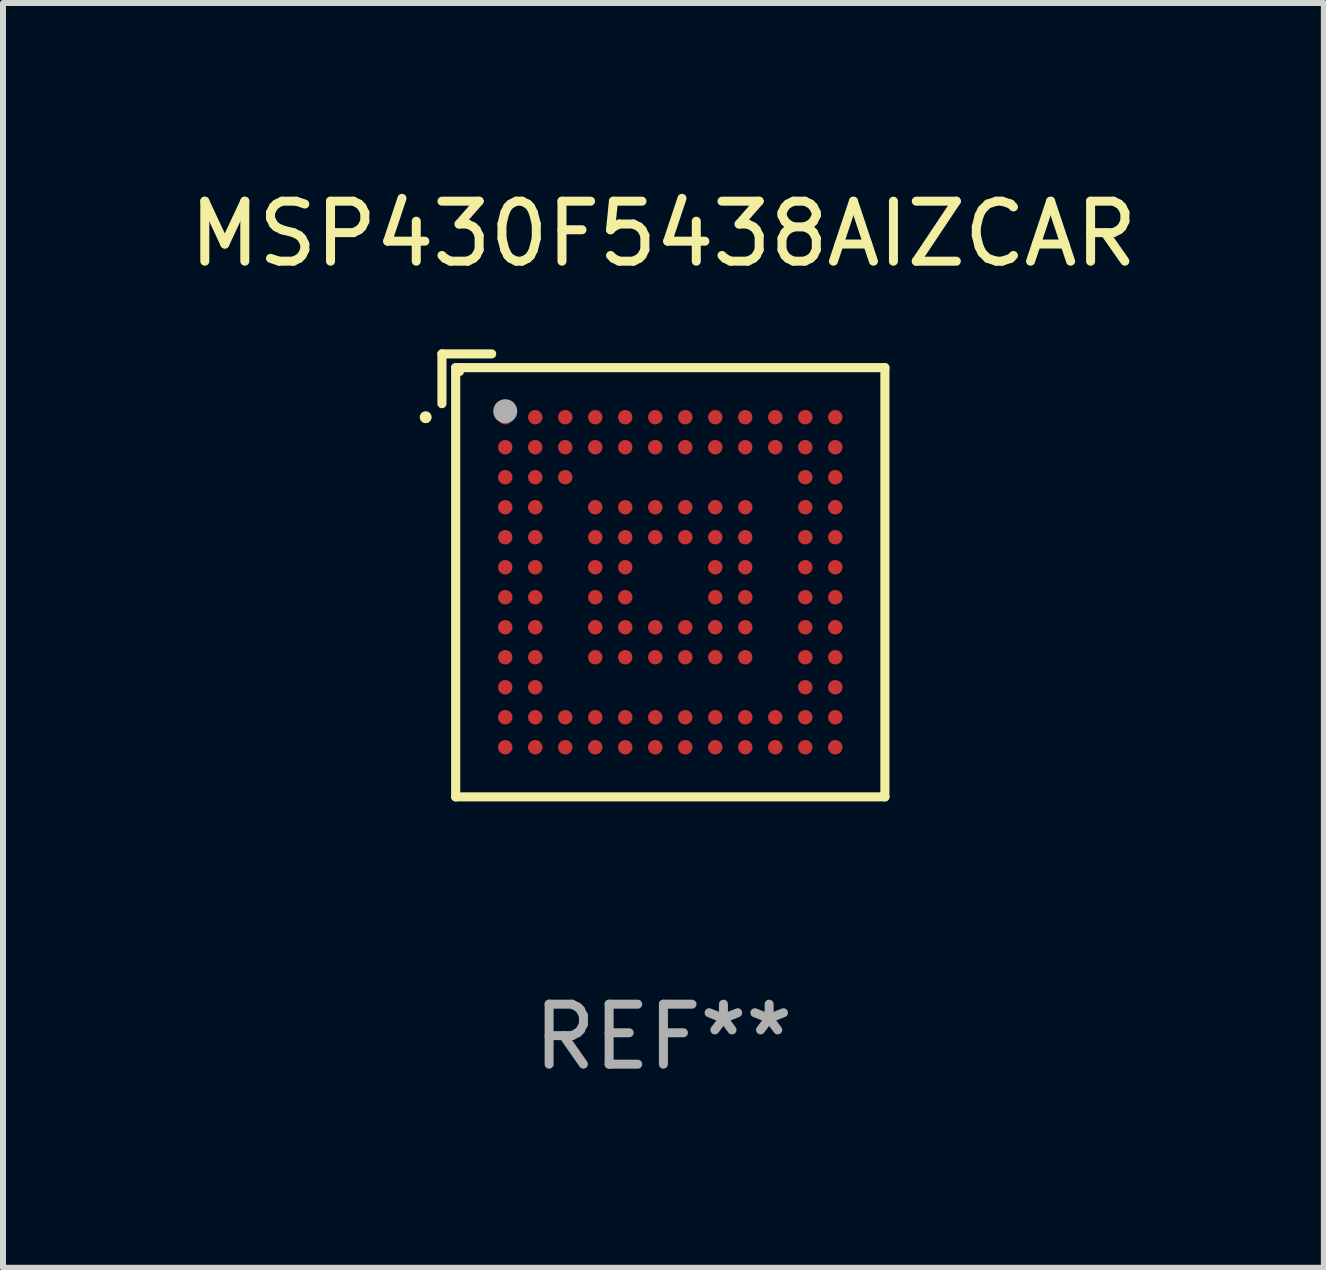
<source format=kicad_pcb>
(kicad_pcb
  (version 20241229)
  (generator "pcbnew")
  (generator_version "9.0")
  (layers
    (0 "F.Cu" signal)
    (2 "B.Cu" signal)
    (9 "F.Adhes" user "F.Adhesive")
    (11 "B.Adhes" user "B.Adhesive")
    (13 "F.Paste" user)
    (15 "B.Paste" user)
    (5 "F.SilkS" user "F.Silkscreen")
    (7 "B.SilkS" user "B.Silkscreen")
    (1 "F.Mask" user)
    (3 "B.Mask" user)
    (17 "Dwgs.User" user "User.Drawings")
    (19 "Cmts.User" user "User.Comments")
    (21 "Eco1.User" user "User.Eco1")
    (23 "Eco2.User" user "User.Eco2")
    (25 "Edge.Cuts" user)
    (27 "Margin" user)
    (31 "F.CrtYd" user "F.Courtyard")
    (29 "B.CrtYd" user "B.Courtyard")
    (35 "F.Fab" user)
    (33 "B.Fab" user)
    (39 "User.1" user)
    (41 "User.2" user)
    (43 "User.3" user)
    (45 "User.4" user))
  (footprint "MSP430F5438AIZCAR"
    (layer "F.Cu")
    (at 8.006 6.539)
    (property "Reference" "MSP430F5438AIZCAR" (at 0 -5.691 0) (layer "F.SilkS") (effects (font (size 1 1) (thickness 0.15))))
    (attr through_hole)
    (fp_line (start -3.691 -3.691) (end -2.862 -3.691) (stroke (width 0.152) (type solid)) (layer "F.SilkS"))
    (fp_line (start -3.691 -2.862) (end -3.691 -3.691) (stroke (width 0.152) (type solid)) (layer "F.SilkS"))
    (fp_line (start -3.462 -3.462) (end 3.691 -3.462) (stroke (width 0.152) (type solid)) (layer "F.SilkS"))
    (fp_line (start -3.462 3.691) (end -3.462 -3.462) (stroke (width 0.152) (type solid)) (layer "F.SilkS"))
    (fp_line (start 3.691 -3.462) (end 3.691 3.691) (stroke (width 0.152) (type solid)) (layer "F.SilkS"))
    (fp_line (start 3.691 3.691) (end -3.462 3.691) (stroke (width 0.152) (type solid)) (layer "F.SilkS"))
    (fp_circle (center -3.962 -2.636) (end -3.912 -2.636) (stroke (width 0.1) (type solid)) (fill no) (layer "F.SilkS"))
    (fp_circle (center -3.386 -3.386) (end -3.356 -3.386) (stroke (width 0.06) (type solid)) (fill no) (layer "F.SilkS"))
    (fp_circle (center -2.636 -2.736) (end -2.536 -2.736) (stroke (width 0.2) (type solid)) (fill no) (layer "F.Fab"))
    (fp_text user "REF**" (at 0 7.691 0) (layer "F.Fab") (effects (font (size 1 1) (thickness 0.15))))
    (pad "A1" smd circle (at -2.636 -2.636) (size 0.24 0.24) (layers "F.Cu" "F.Mask" "F.Paste"))
    (pad "A2" smd circle (at -2.136 -2.636) (size 0.24 0.24) (layers "F.Cu" "F.Mask" "F.Paste"))
    (pad "A3" smd circle (at -1.636 -2.636) (size 0.24 0.24) (layers "F.Cu" "F.Mask" "F.Paste"))
    (pad "A4" smd circle (at -1.136 -2.636) (size 0.24 0.24) (layers "F.Cu" "F.Mask" "F.Paste"))
    (pad "A5" smd circle (at -0.636 -2.636) (size 0.24 0.24) (layers "F.Cu" "F.Mask" "F.Paste"))
    (pad "A6" smd circle (at -0.136 -2.636) (size 0.24 0.24) (layers "F.Cu" "F.Mask" "F.Paste"))
    (pad "A7" smd circle (at 0.364 -2.636) (size 0.24 0.24) (layers "F.Cu" "F.Mask" "F.Paste"))
    (pad "A8" smd circle (at 0.864 -2.636) (size 0.24 0.24) (layers "F.Cu" "F.Mask" "F.Paste"))
    (pad "A9" smd circle (at 1.364 -2.636) (size 0.24 0.24) (layers "F.Cu" "F.Mask" "F.Paste"))
    (pad "A10" smd circle (at 1.864 -2.636) (size 0.24 0.24) (layers "F.Cu" "F.Mask" "F.Paste"))
    (pad "A11" smd circle (at 2.364 -2.636) (size 0.24 0.24) (layers "F.Cu" "F.Mask" "F.Paste"))
    (pad "A12" smd circle (at 2.864 -2.636) (size 0.24 0.24) (layers "F.Cu" "F.Mask" "F.Paste"))
    (pad "B1" smd circle (at -2.636 -2.136) (size 0.24 0.24) (layers "F.Cu" "F.Mask" "F.Paste"))
    (pad "B2" smd circle (at -2.136 -2.136) (size 0.24 0.24) (layers "F.Cu" "F.Mask" "F.Paste"))
    (pad "B3" smd circle (at -1.636 -2.136) (size 0.24 0.24) (layers "F.Cu" "F.Mask" "F.Paste"))
    (pad "B4" smd circle (at -1.136 -2.136) (size 0.24 0.24) (layers "F.Cu" "F.Mask" "F.Paste"))
    (pad "B5" smd circle (at -0.636 -2.136) (size 0.24 0.24) (layers "F.Cu" "F.Mask" "F.Paste"))
    (pad "B6" smd circle (at -0.136 -2.136) (size 0.24 0.24) (layers "F.Cu" "F.Mask" "F.Paste"))
    (pad "B7" smd circle (at 0.364 -2.136) (size 0.24 0.24) (layers "F.Cu" "F.Mask" "F.Paste"))
    (pad "B8" smd circle (at 0.864 -2.136) (size 0.24 0.24) (layers "F.Cu" "F.Mask" "F.Paste"))
    (pad "B9" smd circle (at 1.364 -2.136) (size 0.24 0.24) (layers "F.Cu" "F.Mask" "F.Paste"))
    (pad "B10" smd circle (at 1.864 -2.136) (size 0.24 0.24) (layers "F.Cu" "F.Mask" "F.Paste"))
    (pad "B11" smd circle (at 2.364 -2.136) (size 0.24 0.24) (layers "F.Cu" "F.Mask" "F.Paste"))
    (pad "B12" smd circle (at 2.864 -2.136) (size 0.24 0.24) (layers "F.Cu" "F.Mask" "F.Paste"))
    (pad "C1" smd circle (at -2.636 -1.636) (size 0.24 0.24) (layers "F.Cu" "F.Mask" "F.Paste"))
    (pad "C2" smd circle (at -2.136 -1.636) (size 0.24 0.24) (layers "F.Cu" "F.Mask" "F.Paste"))
    (pad "C3" smd circle (at -1.636 -1.636) (size 0.24 0.24) (layers "F.Cu" "F.Mask" "F.Paste"))
    (pad "C11" smd circle (at 2.364 -1.636) (size 0.24 0.24) (layers "F.Cu" "F.Mask" "F.Paste"))
    (pad "C12" smd circle (at 2.864 -1.636) (size 0.24 0.24) (layers "F.Cu" "F.Mask" "F.Paste"))
    (pad "D1" smd circle (at -2.636 -1.136) (size 0.24 0.24) (layers "F.Cu" "F.Mask" "F.Paste"))
    (pad "D2" smd circle (at -2.136 -1.136) (size 0.24 0.24) (layers "F.Cu" "F.Mask" "F.Paste"))
    (pad "D4" smd circle (at -1.136 -1.136) (size 0.24 0.24) (layers "F.Cu" "F.Mask" "F.Paste"))
    (pad "D5" smd circle (at -0.636 -1.136) (size 0.24 0.24) (layers "F.Cu" "F.Mask" "F.Paste"))
    (pad "D6" smd circle (at -0.136 -1.136) (size 0.24 0.24) (layers "F.Cu" "F.Mask" "F.Paste"))
    (pad "D7" smd circle (at 0.364 -1.136) (size 0.24 0.24) (layers "F.Cu" "F.Mask" "F.Paste"))
    (pad "D8" smd circle (at 0.864 -1.136) (size 0.24 0.24) (layers "F.Cu" "F.Mask" "F.Paste"))
    (pad "D9" smd circle (at 1.364 -1.136) (size 0.24 0.24) (layers "F.Cu" "F.Mask" "F.Paste"))
    (pad "D11" smd circle (at 2.364 -1.136) (size 0.24 0.24) (layers "F.Cu" "F.Mask" "F.Paste"))
    (pad "D12" smd circle (at 2.864 -1.136) (size 0.24 0.24) (layers "F.Cu" "F.Mask" "F.Paste"))
    (pad "E1" smd circle (at -2.636 -0.636) (size 0.24 0.24) (layers "F.Cu" "F.Mask" "F.Paste"))
    (pad "E2" smd circle (at -2.136 -0.636) (size 0.24 0.24) (layers "F.Cu" "F.Mask" "F.Paste"))
    (pad "E4" smd circle (at -1.136 -0.636) (size 0.24 0.24) (layers "F.Cu" "F.Mask" "F.Paste"))
    (pad "E5" smd circle (at -0.636 -0.636) (size 0.24 0.24) (layers "F.Cu" "F.Mask" "F.Paste"))
    (pad "E6" smd circle (at -0.136 -0.636) (size 0.24 0.24) (layers "F.Cu" "F.Mask" "F.Paste"))
    (pad "E7" smd circle (at 0.364 -0.636) (size 0.24 0.24) (layers "F.Cu" "F.Mask" "F.Paste"))
    (pad "E8" smd circle (at 0.864 -0.636) (size 0.24 0.24) (layers "F.Cu" "F.Mask" "F.Paste"))
    (pad "E9" smd circle (at 1.364 -0.636) (size 0.24 0.24) (layers "F.Cu" "F.Mask" "F.Paste"))
    (pad "E11" smd circle (at 2.364 -0.636) (size 0.24 0.24) (layers "F.Cu" "F.Mask" "F.Paste"))
    (pad "E12" smd circle (at 2.864 -0.636) (size 0.24 0.24) (layers "F.Cu" "F.Mask" "F.Paste"))
    (pad "F1" smd circle (at -2.636 -0.136) (size 0.24 0.24) (layers "F.Cu" "F.Mask" "F.Paste"))
    (pad "F2" smd circle (at -2.136 -0.136) (size 0.24 0.24) (layers "F.Cu" "F.Mask" "F.Paste"))
    (pad "F4" smd circle (at -1.136 -0.136) (size 0.24 0.24) (layers "F.Cu" "F.Mask" "F.Paste"))
    (pad "F5" smd circle (at -0.636 -0.136) (size 0.24 0.24) (layers "F.Cu" "F.Mask" "F.Paste"))
    (pad "F8" smd circle (at 0.864 -0.136) (size 0.24 0.24) (layers "F.Cu" "F.Mask" "F.Paste"))
    (pad "F9" smd circle (at 1.364 -0.136) (size 0.24 0.24) (layers "F.Cu" "F.Mask" "F.Paste"))
    (pad "F11" smd circle (at 2.364 -0.136) (size 0.24 0.24) (layers "F.Cu" "F.Mask" "F.Paste"))
    (pad "F12" smd circle (at 2.864 -0.136) (size 0.24 0.24) (layers "F.Cu" "F.Mask" "F.Paste"))
    (pad "G1" smd circle (at -2.636 0.364) (size 0.24 0.24) (layers "F.Cu" "F.Mask" "F.Paste"))
    (pad "G2" smd circle (at -2.136 0.364) (size 0.24 0.24) (layers "F.Cu" "F.Mask" "F.Paste"))
    (pad "G4" smd circle (at -1.136 0.364) (size 0.24 0.24) (layers "F.Cu" "F.Mask" "F.Paste"))
    (pad "G5" smd circle (at -0.636 0.364) (size 0.24 0.24) (layers "F.Cu" "F.Mask" "F.Paste"))
    (pad "G8" smd circle (at 0.864 0.364) (size 0.24 0.24) (layers "F.Cu" "F.Mask" "F.Paste"))
    (pad "G9" smd circle (at 1.364 0.364) (size 0.24 0.24) (layers "F.Cu" "F.Mask" "F.Paste"))
    (pad "G11" smd circle (at 2.364 0.364) (size 0.24 0.24) (layers "F.Cu" "F.Mask" "F.Paste"))
    (pad "G12" smd circle (at 2.864 0.364) (size 0.24 0.24) (layers "F.Cu" "F.Mask" "F.Paste"))
    (pad "H1" smd circle (at -2.636 0.864) (size 0.24 0.24) (layers "F.Cu" "F.Mask" "F.Paste"))
    (pad "H2" smd circle (at -2.136 0.864) (size 0.24 0.24) (layers "F.Cu" "F.Mask" "F.Paste"))
    (pad "H4" smd circle (at -1.136 0.864) (size 0.24 0.24) (layers "F.Cu" "F.Mask" "F.Paste"))
    (pad "H5" smd circle (at -0.636 0.864) (size 0.24 0.24) (layers "F.Cu" "F.Mask" "F.Paste"))
    (pad "H6" smd circle (at -0.136 0.864) (size 0.24 0.24) (layers "F.Cu" "F.Mask" "F.Paste"))
    (pad "H7" smd circle (at 0.364 0.864) (size 0.24 0.24) (layers "F.Cu" "F.Mask" "F.Paste"))
    (pad "H8" smd circle (at 0.864 0.864) (size 0.24 0.24) (layers "F.Cu" "F.Mask" "F.Paste"))
    (pad "H9" smd circle (at 1.364 0.864) (size 0.24 0.24) (layers "F.Cu" "F.Mask" "F.Paste"))
    (pad "H11" smd circle (at 2.364 0.864) (size 0.24 0.24) (layers "F.Cu" "F.Mask" "F.Paste"))
    (pad "H12" smd circle (at 2.864 0.864) (size 0.24 0.24) (layers "F.Cu" "F.Mask" "F.Paste"))
    (pad "J1" smd circle (at -2.636 1.364) (size 0.24 0.24) (layers "F.Cu" "F.Mask" "F.Paste"))
    (pad "J2" smd circle (at -2.136 1.364) (size 0.24 0.24) (layers "F.Cu" "F.Mask" "F.Paste"))
    (pad "J4" smd circle (at -1.136 1.364) (size 0.24 0.24) (layers "F.Cu" "F.Mask" "F.Paste"))
    (pad "J5" smd circle (at -0.636 1.364) (size 0.24 0.24) (layers "F.Cu" "F.Mask" "F.Paste"))
    (pad "J6" smd circle (at -0.136 1.364) (size 0.24 0.24) (layers "F.Cu" "F.Mask" "F.Paste"))
    (pad "J7" smd circle (at 0.364 1.364) (size 0.24 0.24) (layers "F.Cu" "F.Mask" "F.Paste"))
    (pad "J8" smd circle (at 0.864 1.364) (size 0.24 0.24) (layers "F.Cu" "F.Mask" "F.Paste"))
    (pad "J9" smd circle (at 1.364 1.364) (size 0.24 0.24) (layers "F.Cu" "F.Mask" "F.Paste"))
    (pad "J11" smd circle (at 2.364 1.364) (size 0.24 0.24) (layers "F.Cu" "F.Mask" "F.Paste"))
    (pad "J12" smd circle (at 2.864 1.364) (size 0.24 0.24) (layers "F.Cu" "F.Mask" "F.Paste"))
    (pad "K1" smd circle (at -2.636 1.864) (size 0.24 0.24) (layers "F.Cu" "F.Mask" "F.Paste"))
    (pad "K2" smd circle (at -2.136 1.864) (size 0.24 0.24) (layers "F.Cu" "F.Mask" "F.Paste"))
    (pad "K11" smd circle (at 2.364 1.864) (size 0.24 0.24) (layers "F.Cu" "F.Mask" "F.Paste"))
    (pad "K12" smd circle (at 2.864 1.864) (size 0.24 0.24) (layers "F.Cu" "F.Mask" "F.Paste"))
    (pad "L1" smd circle (at -2.636 2.364) (size 0.24 0.24) (layers "F.Cu" "F.Mask" "F.Paste"))
    (pad "L2" smd circle (at -2.136 2.364) (size 0.24 0.24) (layers "F.Cu" "F.Mask" "F.Paste"))
    (pad "L3" smd circle (at -1.636 2.364) (size 0.24 0.24) (layers "F.Cu" "F.Mask" "F.Paste"))
    (pad "L4" smd circle (at -1.136 2.364) (size 0.24 0.24) (layers "F.Cu" "F.Mask" "F.Paste"))
    (pad "L5" smd circle (at -0.636 2.364) (size 0.24 0.24) (layers "F.Cu" "F.Mask" "F.Paste"))
    (pad "L6" smd circle (at -0.136 2.364) (size 0.24 0.24) (layers "F.Cu" "F.Mask" "F.Paste"))
    (pad "L7" smd circle (at 0.364 2.364) (size 0.24 0.24) (layers "F.Cu" "F.Mask" "F.Paste"))
    (pad "L8" smd circle (at 0.864 2.364) (size 0.24 0.24) (layers "F.Cu" "F.Mask" "F.Paste"))
    (pad "L9" smd circle (at 1.364 2.364) (size 0.24 0.24) (layers "F.Cu" "F.Mask" "F.Paste"))
    (pad "L10" smd circle (at 1.864 2.364) (size 0.24 0.24) (layers "F.Cu" "F.Mask" "F.Paste"))
    (pad "L11" smd circle (at 2.364 2.364) (size 0.24 0.24) (layers "F.Cu" "F.Mask" "F.Paste"))
    (pad "L12" smd circle (at 2.864 2.364) (size 0.24 0.24) (layers "F.Cu" "F.Mask" "F.Paste"))
    (pad "M1" smd circle (at -2.636 2.864) (size 0.24 0.24) (layers "F.Cu" "F.Mask" "F.Paste"))
    (pad "M2" smd circle (at -2.136 2.864) (size 0.24 0.24) (layers "F.Cu" "F.Mask" "F.Paste"))
    (pad "M3" smd circle (at -1.636 2.864) (size 0.24 0.24) (layers "F.Cu" "F.Mask" "F.Paste"))
    (pad "M4" smd circle (at -1.136 2.864) (size 0.24 0.24) (layers "F.Cu" "F.Mask" "F.Paste"))
    (pad "M5" smd circle (at -0.636 2.864) (size 0.24 0.24) (layers "F.Cu" "F.Mask" "F.Paste"))
    (pad "M6" smd circle (at -0.136 2.864) (size 0.24 0.24) (layers "F.Cu" "F.Mask" "F.Paste"))
    (pad "M7" smd circle (at 0.364 2.864) (size 0.24 0.24) (layers "F.Cu" "F.Mask" "F.Paste"))
    (pad "M8" smd circle (at 0.864 2.864) (size 0.24 0.24) (layers "F.Cu" "F.Mask" "F.Paste"))
    (pad "M9" smd circle (at 1.364 2.864) (size 0.24 0.24) (layers "F.Cu" "F.Mask" "F.Paste"))
    (pad "M10" smd circle (at 1.864 2.864) (size 0.24 0.24) (layers "F.Cu" "F.Mask" "F.Paste"))
    (pad "M11" smd circle (at 2.364 2.864) (size 0.24 0.24) (layers "F.Cu" "F.Mask" "F.Paste"))
    (pad "M12" smd circle (at 2.864 2.864) (size 0.24 0.24) (layers "F.Cu" "F.Mask" "F.Paste")))
  (gr_rect
    (start -3 -3)
    (end 19.012 18.078)
    (stroke (width 0.1) (type default))
    (fill no)
    (layer "Edge.Cuts")))
</source>
